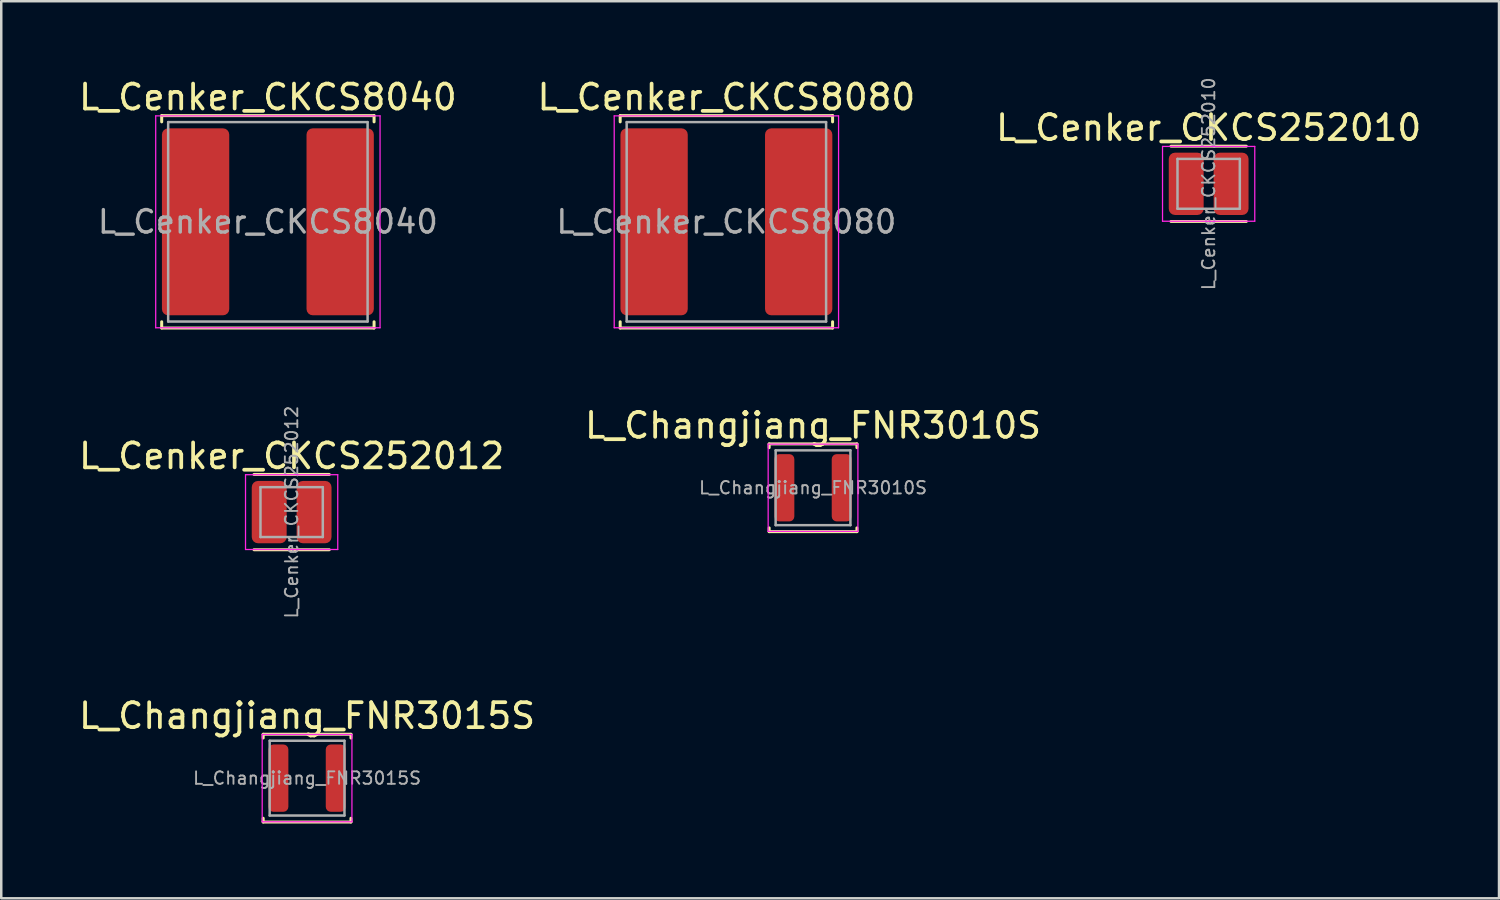
<source format=kicad_pcb>
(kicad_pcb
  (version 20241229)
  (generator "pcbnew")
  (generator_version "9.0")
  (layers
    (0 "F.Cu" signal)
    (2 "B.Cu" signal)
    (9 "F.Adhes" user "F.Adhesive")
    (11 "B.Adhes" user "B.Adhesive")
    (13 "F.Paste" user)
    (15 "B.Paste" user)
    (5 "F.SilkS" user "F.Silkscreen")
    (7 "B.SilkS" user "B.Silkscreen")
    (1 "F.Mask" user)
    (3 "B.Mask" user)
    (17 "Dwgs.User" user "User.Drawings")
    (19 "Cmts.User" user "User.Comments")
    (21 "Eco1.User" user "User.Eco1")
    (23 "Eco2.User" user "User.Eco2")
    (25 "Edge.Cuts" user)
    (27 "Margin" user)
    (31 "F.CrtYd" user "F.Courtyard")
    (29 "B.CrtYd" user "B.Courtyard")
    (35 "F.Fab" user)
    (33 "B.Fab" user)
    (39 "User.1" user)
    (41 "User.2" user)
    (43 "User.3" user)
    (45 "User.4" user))
  (footprint "L_Cenker_CKCS252010"
    (layer "F.Cu")
    (at 45.435 4.324)
    (property "Reference" "L_Cenker_CKCS252010" (at 0 -2.25 0) (layer "F.SilkS") (effects (font (size 1 1) (thickness 0.15))))
    (attr smd)
    (fp_line (start -1.51 -1.51) (end 1.51 -1.51) (stroke (width 0.12) (type solid)) (layer "F.SilkS"))
    (fp_line (start -1.51 1.51) (end 1.51 1.51) (stroke (width 0.12) (type solid)) (layer "F.SilkS"))
    (fp_line (start -1.85 -1.5) (end -1.85 1.5) (stroke (width 0.05) (type solid)) (layer "F.CrtYd"))
    (fp_line (start -1.85 1.5) (end 1.85 1.5) (stroke (width 0.05) (type solid)) (layer "F.CrtYd"))
    (fp_line (start 1.85 -1.5) (end -1.85 -1.5) (stroke (width 0.05) (type solid)) (layer "F.CrtYd"))
    (fp_line (start 1.85 1.5) (end 1.85 -1.5) (stroke (width 0.05) (type solid)) (layer "F.CrtYd"))
    (fp_line (start -1.25 -1) (end -1.25 1) (stroke (width 0.1) (type solid)) (layer "F.Fab"))
    (fp_line (start -1.25 1) (end 1.25 1) (stroke (width 0.1) (type solid)) (layer "F.Fab"))
    (fp_line (start 1.25 -1) (end -1.25 -1) (stroke (width 0.1) (type solid)) (layer "F.Fab"))
    (fp_line (start 1.25 1) (end 1.25 -1) (stroke (width 0.1) (type solid)) (layer "F.Fab"))
    (fp_text user "${REFERENCE}" (at 0 0 90) (layer "F.Fab") (effects (font (size 0.5 0.5) (thickness 0.075))))
    (pad "1" smd roundrect (at -0.9 0) (size 1.4 2.5) (layers "F.Cu" "F.Mask" "F.Paste") (roundrect_rratio 0.179))
    (pad "2" smd roundrect (at 0.9 0) (size 1.4 2.5) (layers "F.Cu" "F.Mask" "F.Paste") (roundrect_rratio 0.179)))
  (footprint "L_Cenker_CKCS252012"
    (layer "F.Cu")
    (at 8.649 17.493)
    (property "Reference" "L_Cenker_CKCS252012" (at 0 -2.25 0) (layer "F.SilkS") (effects (font (size 1 1) (thickness 0.15))))
    (attr smd)
    (fp_line (start -1.51 -1.51) (end 1.51 -1.51) (stroke (width 0.12) (type solid)) (layer "F.SilkS"))
    (fp_line (start -1.51 1.51) (end 1.51 1.51) (stroke (width 0.12) (type solid)) (layer "F.SilkS"))
    (fp_line (start -1.85 -1.5) (end -1.85 1.5) (stroke (width 0.05) (type solid)) (layer "F.CrtYd"))
    (fp_line (start -1.85 1.5) (end 1.85 1.5) (stroke (width 0.05) (type solid)) (layer "F.CrtYd"))
    (fp_line (start 1.85 -1.5) (end -1.85 -1.5) (stroke (width 0.05) (type solid)) (layer "F.CrtYd"))
    (fp_line (start 1.85 1.5) (end 1.85 -1.5) (stroke (width 0.05) (type solid)) (layer "F.CrtYd"))
    (fp_line (start -1.25 -1) (end -1.25 1) (stroke (width 0.1) (type solid)) (layer "F.Fab"))
    (fp_line (start -1.25 1) (end 1.25 1) (stroke (width 0.1) (type solid)) (layer "F.Fab"))
    (fp_line (start 1.25 -1) (end -1.25 -1) (stroke (width 0.1) (type solid)) (layer "F.Fab"))
    (fp_line (start 1.25 1) (end 1.25 -1) (stroke (width 0.1) (type solid)) (layer "F.Fab"))
    (fp_text user "${REFERENCE}" (at 0 0 90) (layer "F.Fab") (effects (font (size 0.5 0.5) (thickness 0.075))))
    (pad "1" smd roundrect (at -0.9 0) (size 1.4 2.5) (layers "F.Cu" "F.Mask" "F.Paste") (roundrect_rratio 0.179))
    (pad "2" smd roundrect (at 0.9 0) (size 1.4 2.5) (layers "F.Cu" "F.Mask" "F.Paste") (roundrect_rratio 0.179)))
  (footprint "L_Changjiang_FNR3015S"
    (layer "F.Cu")
    (at 9.268 28.165)
    (property "Reference" "L_Changjiang_FNR3015S" (at 0 -2.5 0) (layer "F.SilkS") (effects (font (size 1 1) (thickness 0.15))))
    (attr smd)
    (fp_line (start -1.76 -1.76) (end -1.76 -1.61) (stroke (width 0.12) (type solid)) (layer "F.SilkS"))
    (fp_line (start -1.76 -1.76) (end 1.76 -1.76) (stroke (width 0.12) (type solid)) (layer "F.SilkS"))
    (fp_line (start -1.76 1.76) (end -1.76 1.61) (stroke (width 0.12) (type solid)) (layer "F.SilkS"))
    (fp_line (start -1.76 1.76) (end 1.76 1.76) (stroke (width 0.12) (type solid)) (layer "F.SilkS"))
    (fp_line (start 1.76 -1.76) (end 1.76 -1.61) (stroke (width 0.12) (type solid)) (layer "F.SilkS"))
    (fp_line (start 1.76 1.76) (end 1.76 1.61) (stroke (width 0.12) (type solid)) (layer "F.SilkS"))
    (fp_line (start -1.8 -1.75) (end -1.8 1.75) (stroke (width 0.05) (type solid)) (layer "F.CrtYd"))
    (fp_line (start -1.8 1.75) (end 1.8 1.75) (stroke (width 0.05) (type solid)) (layer "F.CrtYd"))
    (fp_line (start 1.8 -1.75) (end -1.8 -1.75) (stroke (width 0.05) (type solid)) (layer "F.CrtYd"))
    (fp_line (start 1.8 1.75) (end 1.8 -1.75) (stroke (width 0.05) (type solid)) (layer "F.CrtYd"))
    (fp_line (start -1.5 -1.5) (end -1.5 1.5) (stroke (width 0.1) (type solid)) (layer "F.Fab"))
    (fp_line (start -1.5 1.5) (end 1.5 1.5) (stroke (width 0.1) (type solid)) (layer "F.Fab"))
    (fp_line (start 1.5 -1.5) (end -1.5 -1.5) (stroke (width 0.1) (type solid)) (layer "F.Fab"))
    (fp_line (start 1.5 1.5) (end 1.5 -1.5) (stroke (width 0.1) (type solid)) (layer "F.Fab"))
    (fp_text user "${REFERENCE}" (at 0 0 0) (layer "F.Fab") (effects (font (size 0.5 0.5) (thickness 0.075))))
    (pad "1" smd roundrect (at -1.15 0) (size 0.8 2.7) (layers "F.Cu" "F.Mask" "F.Paste") (roundrect_rratio 0.25))
    (pad "2" smd roundrect (at 1.15 0) (size 0.8 2.7) (layers "F.Cu" "F.Mask" "F.Paste") (roundrect_rratio 0.25)))
  (footprint "L_Changjiang_FNR3010S"
    (layer "F.Cu")
    (at 29.565 16.517)
    (property "Reference" "L_Changjiang_FNR3010S" (at 0 -2.5 0) (layer "F.SilkS") (effects (font (size 1 1) (thickness 0.15))))
    (attr smd)
    (fp_line (start -1.76 -1.76) (end -1.76 -1.61) (stroke (width 0.12) (type solid)) (layer "F.SilkS"))
    (fp_line (start -1.76 -1.76) (end 1.76 -1.76) (stroke (width 0.12) (type solid)) (layer "F.SilkS"))
    (fp_line (start -1.76 1.76) (end -1.76 1.61) (stroke (width 0.12) (type solid)) (layer "F.SilkS"))
    (fp_line (start -1.76 1.76) (end 1.76 1.76) (stroke (width 0.12) (type solid)) (layer "F.SilkS"))
    (fp_line (start 1.76 -1.76) (end 1.76 -1.61) (stroke (width 0.12) (type solid)) (layer "F.SilkS"))
    (fp_line (start 1.76 1.76) (end 1.76 1.61) (stroke (width 0.12) (type solid)) (layer "F.SilkS"))
    (fp_line (start -1.8 -1.75) (end -1.8 1.75) (stroke (width 0.05) (type solid)) (layer "F.CrtYd"))
    (fp_line (start -1.8 1.75) (end 1.8 1.75) (stroke (width 0.05) (type solid)) (layer "F.CrtYd"))
    (fp_line (start 1.8 -1.75) (end -1.8 -1.75) (stroke (width 0.05) (type solid)) (layer "F.CrtYd"))
    (fp_line (start 1.8 1.75) (end 1.8 -1.75) (stroke (width 0.05) (type solid)) (layer "F.CrtYd"))
    (fp_line (start -1.5 -1.5) (end -1.5 1.5) (stroke (width 0.1) (type solid)) (layer "F.Fab"))
    (fp_line (start -1.5 1.5) (end 1.5 1.5) (stroke (width 0.1) (type solid)) (layer "F.Fab"))
    (fp_line (start 1.5 -1.5) (end -1.5 -1.5) (stroke (width 0.1) (type solid)) (layer "F.Fab"))
    (fp_line (start 1.5 1.5) (end 1.5 -1.5) (stroke (width 0.1) (type solid)) (layer "F.Fab"))
    (fp_text user "${REFERENCE}" (at 0 0 0) (layer "F.Fab") (effects (font (size 0.5 0.5) (thickness 0.075))))
    (pad "1" smd roundrect (at -1.15 0) (size 0.8 2.7) (layers "F.Cu" "F.Mask" "F.Paste") (roundrect_rratio 0.25))
    (pad "2" smd roundrect (at 1.15 0) (size 0.8 2.7) (layers "F.Cu" "F.Mask" "F.Paste") (roundrect_rratio 0.25)))
  (footprint "L_Cenker_CKCS8080"
    (layer "F.Cu")
    (at 26.089 5.848)
    (property "Reference" "L_Cenker_CKCS8080" (at 0 -5 0) (layer "F.SilkS") (effects (font (size 1 1) (thickness 0.15))))
    (attr smd)
    (fp_line (start -4.26 -4.26) (end -4.26 -4.01) (stroke (width 0.12) (type solid)) (layer "F.SilkS"))
    (fp_line (start -4.26 -4.26) (end 4.26 -4.26) (stroke (width 0.12) (type solid)) (layer "F.SilkS"))
    (fp_line (start -4.26 4.26) (end -4.26 4.01) (stroke (width 0.12) (type solid)) (layer "F.SilkS"))
    (fp_line (start -4.26 4.26) (end 4.26 4.26) (stroke (width 0.12) (type solid)) (layer "F.SilkS"))
    (fp_line (start 4.26 -4.26) (end 4.26 -4.01) (stroke (width 0.12) (type solid)) (layer "F.SilkS"))
    (fp_line (start 4.26 4.26) (end 4.26 4.01) (stroke (width 0.12) (type solid)) (layer "F.SilkS"))
    (fp_line (start -4.5 -4.25) (end -4.5 4.25) (stroke (width 0.05) (type solid)) (layer "F.CrtYd"))
    (fp_line (start -4.5 4.25) (end 4.5 4.25) (stroke (width 0.05) (type solid)) (layer "F.CrtYd"))
    (fp_line (start 4.5 -4.25) (end -4.5 -4.25) (stroke (width 0.05) (type solid)) (layer "F.CrtYd"))
    (fp_line (start 4.5 4.25) (end 4.5 -4.25) (stroke (width 0.05) (type solid)) (layer "F.CrtYd"))
    (fp_line (start -4 -4) (end -4 4) (stroke (width 0.1) (type solid)) (layer "F.Fab"))
    (fp_line (start -4 4) (end 4 4) (stroke (width 0.1) (type solid)) (layer "F.Fab"))
    (fp_line (start 4 -4) (end -4 -4) (stroke (width 0.1) (type solid)) (layer "F.Fab"))
    (fp_line (start 4 4) (end 4 -4) (stroke (width 0.1) (type solid)) (layer "F.Fab"))
    (fp_text user "${REFERENCE}" (at 0 0 0) (layer "F.Fab") (effects (font (size 0.9 0.9) (thickness 0.135))))
    (pad "1" smd roundrect (at -2.9 0) (size 2.7 7.5) (layers "F.Cu" "F.Mask" "F.Paste") (roundrect_rratio 0.093))
    (pad "2" smd roundrect (at 2.9 0) (size 2.7 7.5) (layers "F.Cu" "F.Mask" "F.Paste") (roundrect_rratio 0.093)))
  (footprint "L_Cenker_CKCS8040"
    (layer "F.Cu")
    (at 7.696 5.848)
    (property "Reference" "L_Cenker_CKCS8040" (at 0 -5 0) (layer "F.SilkS") (effects (font (size 1 1) (thickness 0.15))))
    (attr smd)
    (fp_line (start -4.26 -4.26) (end -4.26 -4.01) (stroke (width 0.12) (type solid)) (layer "F.SilkS"))
    (fp_line (start -4.26 -4.26) (end 4.26 -4.26) (stroke (width 0.12) (type solid)) (layer "F.SilkS"))
    (fp_line (start -4.26 4.26) (end -4.26 4.01) (stroke (width 0.12) (type solid)) (layer "F.SilkS"))
    (fp_line (start -4.26 4.26) (end 4.26 4.26) (stroke (width 0.12) (type solid)) (layer "F.SilkS"))
    (fp_line (start 4.26 -4.26) (end 4.26 -4.01) (stroke (width 0.12) (type solid)) (layer "F.SilkS"))
    (fp_line (start 4.26 4.26) (end 4.26 4.01) (stroke (width 0.12) (type solid)) (layer "F.SilkS"))
    (fp_line (start -4.5 -4.25) (end -4.5 4.25) (stroke (width 0.05) (type solid)) (layer "F.CrtYd"))
    (fp_line (start -4.5 4.25) (end 4.5 4.25) (stroke (width 0.05) (type solid)) (layer "F.CrtYd"))
    (fp_line (start 4.5 -4.25) (end -4.5 -4.25) (stroke (width 0.05) (type solid)) (layer "F.CrtYd"))
    (fp_line (start 4.5 4.25) (end 4.5 -4.25) (stroke (width 0.05) (type solid)) (layer "F.CrtYd"))
    (fp_line (start -4 -4) (end -4 4) (stroke (width 0.1) (type solid)) (layer "F.Fab"))
    (fp_line (start -4 4) (end 4 4) (stroke (width 0.1) (type solid)) (layer "F.Fab"))
    (fp_line (start 4 -4) (end -4 -4) (stroke (width 0.1) (type solid)) (layer "F.Fab"))
    (fp_line (start 4 4) (end 4 -4) (stroke (width 0.1) (type solid)) (layer "F.Fab"))
    (fp_text user "${REFERENCE}" (at 0 0 0) (layer "F.Fab") (effects (font (size 0.9 0.9) (thickness 0.135))))
    (pad "1" smd roundrect (at -2.9 0) (size 2.7 7.5) (layers "F.Cu" "F.Mask" "F.Paste") (roundrect_rratio 0.093))
    (pad "2" smd roundrect (at 2.9 0) (size 2.7 7.5) (layers "F.Cu" "F.Mask" "F.Paste") (roundrect_rratio 0.093)))
  (gr_rect
    (start -3 -3)
    (end 57.083 32.985)
    (stroke (width 0.1) (type default))
    (fill no)
    (layer "Edge.Cuts")))
</source>
